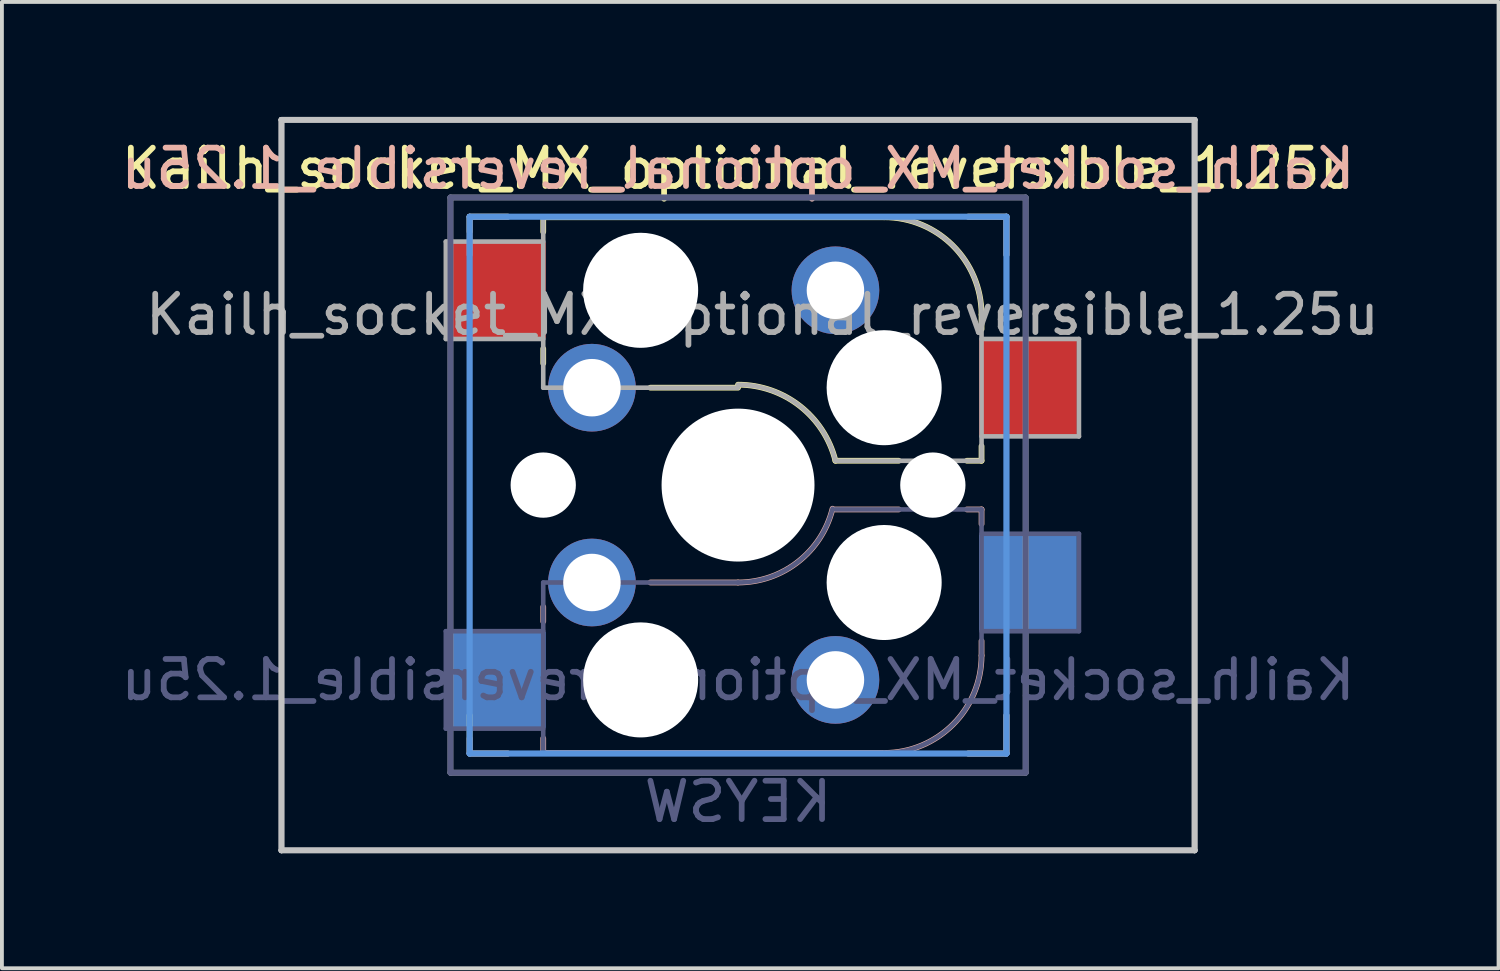
<source format=kicad_pcb>
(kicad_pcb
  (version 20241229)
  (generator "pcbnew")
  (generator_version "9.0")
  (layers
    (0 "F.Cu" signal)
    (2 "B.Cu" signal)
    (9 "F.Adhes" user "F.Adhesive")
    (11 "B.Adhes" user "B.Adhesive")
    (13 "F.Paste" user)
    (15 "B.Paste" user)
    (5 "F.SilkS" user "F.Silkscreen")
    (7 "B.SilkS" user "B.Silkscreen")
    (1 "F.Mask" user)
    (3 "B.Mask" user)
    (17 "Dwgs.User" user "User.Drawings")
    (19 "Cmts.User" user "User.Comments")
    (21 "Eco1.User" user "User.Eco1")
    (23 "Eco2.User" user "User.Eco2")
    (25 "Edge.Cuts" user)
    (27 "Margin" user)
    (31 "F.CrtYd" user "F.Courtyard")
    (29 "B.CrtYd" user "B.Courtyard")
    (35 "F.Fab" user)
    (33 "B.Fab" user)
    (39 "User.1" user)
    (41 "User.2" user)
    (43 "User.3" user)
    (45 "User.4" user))
  (footprint "Kailh_socket_MX_optional_reversible_1.25u"
    (layer "F.Cu")
    (at 16.196 9.6)
    (property "Reference" "Kailh_socket_MX_optional_reversible_1.25u" (at 0 -8.255 0) (layer "F.SilkS") (effects (font (size 1 1) (thickness 0.15))))
    (property "Value" "KEYSW" (at 0 8.255 0) (layer "F.Fab") (hide yes) (effects (font (size 1 1) (thickness 0.15))))
    (attr smd)
    (fp_line (start -7 -7) (end -6 -7) (stroke (width 0.15) (type solid)) (layer "F.SilkS"))
    (fp_line (start -7 -6.604) (end -7 -7) (stroke (width 0.15) (type solid)) (layer "F.SilkS"))
    (fp_line (start -7 7) (end -7 6) (stroke (width 0.15) (type solid)) (layer "F.SilkS"))
    (fp_line (start -6 7) (end -7 7) (stroke (width 0.15) (type solid)) (layer "F.SilkS"))
    (fp_line (start -5.08 -6.985) (end -5.08 -6.604) (stroke (width 0.15) (type solid)) (layer "F.SilkS"))
    (fp_line (start -5.08 -3.556) (end -5.08 -3.175) (stroke (width 0.15) (type solid)) (layer "F.SilkS"))
    (fp_line (start -2.286 -2.54) (end 0 -2.54) (stroke (width 0.15) (type solid)) (layer "F.SilkS"))
    (fp_line (start 2.54 -0.635) (end 4.191 -0.635) (stroke (width 0.15) (type solid)) (layer "F.SilkS"))
    (fp_line (start 3.81 -6.985) (end -5.08 -6.985) (stroke (width 0.15) (type solid)) (layer "F.SilkS"))
    (fp_line (start 5.969 -0.635) (end 6.35 -0.635) (stroke (width 0.15) (type solid)) (layer "F.SilkS"))
    (fp_line (start 6 -7) (end 7 -7) (stroke (width 0.15) (type solid)) (layer "F.SilkS"))
    (fp_line (start 6.35 -4.445) (end 6.35 -4.064) (stroke (width 0.15) (type solid)) (layer "F.SilkS"))
    (fp_line (start 6.35 -0.635) (end 6.35 -1.016) (stroke (width 0.15) (type solid)) (layer "F.SilkS"))
    (fp_line (start 7 -7) (end 7 -6) (stroke (width 0.15) (type solid)) (layer "F.SilkS"))
    (fp_line (start 7 6) (end 7 7) (stroke (width 0.15) (type solid)) (layer "F.SilkS"))
    (fp_line (start 7 7) (end 6 7) (stroke (width 0.15) (type solid)) (layer "F.SilkS"))
    (fp_arc (start 0.000001 -2.618171) (mid 1.611255 -2.063656) (end 2.539999 -0.634999) (stroke (width 0.15) (type solid)) (layer "F.SilkS"))
    (fp_arc (start 3.81 -6.985) (mid 5.606051 -6.241051) (end 6.35 -4.445) (stroke (width 0.15) (type solid)) (layer "F.SilkS"))
    (fp_line (start -7 -7) (end -6 -7) (stroke (width 0.15) (type solid)) (layer "B.SilkS"))
    (fp_line (start -7 -6) (end -7 -7) (stroke (width 0.15) (type solid)) (layer "B.SilkS"))
    (fp_line (start -7 7) (end -7 6.604) (stroke (width 0.15) (type solid)) (layer "B.SilkS"))
    (fp_line (start -6 7) (end -7 7) (stroke (width 0.15) (type solid)) (layer "B.SilkS"))
    (fp_line (start -5.08 3.175) (end -5.08 3.556) (stroke (width 0.15) (type solid)) (layer "B.SilkS"))
    (fp_line (start -5.08 6.604) (end -5.08 6.985) (stroke (width 0.15) (type solid)) (layer "B.SilkS"))
    (fp_line (start -5.08 6.985) (end 3.81 6.985) (stroke (width 0.15) (type solid)) (layer "B.SilkS"))
    (fp_line (start 0 2.54) (end -2.286 2.54) (stroke (width 0.15) (type solid)) (layer "B.SilkS"))
    (fp_line (start 4.191 0.635) (end 2.54 0.635) (stroke (width 0.15) (type solid)) (layer "B.SilkS"))
    (fp_line (start 6 -7) (end 7 -7) (stroke (width 0.15) (type solid)) (layer "B.SilkS"))
    (fp_line (start 6.35 0.635) (end 5.969 0.635) (stroke (width 0.15) (type solid)) (layer "B.SilkS"))
    (fp_line (start 6.35 1.016) (end 6.35 0.635) (stroke (width 0.15) (type solid)) (layer "B.SilkS"))
    (fp_line (start 6.35 4.445) (end 6.35 4.064) (stroke (width 0.15) (type solid)) (layer "B.SilkS"))
    (fp_line (start 7 -7) (end 7 -6) (stroke (width 0.15) (type solid)) (layer "B.SilkS"))
    (fp_line (start 7 6) (end 7 7) (stroke (width 0.15) (type solid)) (layer "B.SilkS"))
    (fp_line (start 7 7) (end 6 7) (stroke (width 0.15) (type solid)) (layer "B.SilkS"))
    (fp_arc (start 2.464162 0.61604) (mid 1.563147 2.002042) (end 0 2.54) (stroke (width 0.15) (type solid)) (layer "B.SilkS"))
    (fp_arc (start 6.35 4.445) (mid 5.606051 6.241051) (end 3.81 6.985) (stroke (width 0.15) (type solid)) (layer "B.SilkS"))
    (fp_line (start -11.906 -9.525) (end -11.906 -9.525) (stroke (width 0.15) (type solid)) (layer "Dwgs.User"))
    (fp_line (start -11.906 -9.525) (end -11.906 -9.525) (stroke (width 0.15) (type solid)) (layer "Dwgs.User"))
    (fp_line (start -11.906 -9.525) (end -11.906 9.525) (stroke (width 0.15) (type solid)) (layer "Dwgs.User"))
    (fp_line (start -11.906 -9.525) (end 11.906 -9.525) (stroke (width 0.15) (type solid)) (layer "Dwgs.User"))
    (fp_line (start -11.906 9.525) (end -11.906 -9.525) (stroke (width 0.15) (type solid)) (layer "Dwgs.User"))
    (fp_line (start -11.906 9.525) (end -11.906 9.525) (stroke (width 0.15) (type solid)) (layer "Dwgs.User"))
    (fp_line (start -11.906 9.525) (end -11.906 9.525) (stroke (width 0.15) (type solid)) (layer "Dwgs.User"))
    (fp_line (start -11.906 9.525) (end 11.906 9.525) (stroke (width 0.15) (type solid)) (layer "Dwgs.User"))
    (fp_line (start 11.906 -9.525) (end -11.906 -9.525) (stroke (width 0.15) (type solid)) (layer "Dwgs.User"))
    (fp_line (start 11.906 -9.525) (end 11.906 -9.525) (stroke (width 0.15) (type solid)) (layer "Dwgs.User"))
    (fp_line (start 11.906 -9.525) (end 11.906 -9.525) (stroke (width 0.15) (type solid)) (layer "Dwgs.User"))
    (fp_line (start 11.906 -9.525) (end 11.906 9.525) (stroke (width 0.15) (type solid)) (layer "Dwgs.User"))
    (fp_line (start 11.906 9.525) (end -11.906 9.525) (stroke (width 0.15) (type solid)) (layer "Dwgs.User"))
    (fp_line (start 11.906 9.525) (end 11.906 -9.525) (stroke (width 0.15) (type solid)) (layer "Dwgs.User"))
    (fp_line (start 11.906 9.525) (end 11.906 9.525) (stroke (width 0.15) (type solid)) (layer "Dwgs.User"))
    (fp_line (start 11.906 9.525) (end 11.906 9.525) (stroke (width 0.15) (type solid)) (layer "Dwgs.User"))
    (fp_line (start -7 -7) (end -7 7) (stroke (width 0.15) (type solid)) (layer "Cmts.User"))
    (fp_line (start -7 -7) (end 7 -7) (stroke (width 0.15) (type solid)) (layer "Cmts.User"))
    (fp_line (start -7 7) (end -7 -7) (stroke (width 0.15) (type solid)) (layer "Cmts.User"))
    (fp_line (start -7 7) (end -7 7) (stroke (width 0.15) (type solid)) (layer "Cmts.User"))
    (fp_line (start -7 7) (end -7 7) (stroke (width 0.15) (type solid)) (layer "Cmts.User"))
    (fp_line (start -7 7) (end 7 7) (stroke (width 0.15) (type solid)) (layer "Cmts.User"))
    (fp_line (start 7 -7) (end -7 -7) (stroke (width 0.15) (type solid)) (layer "Cmts.User"))
    (fp_line (start 7 -7) (end 7 -7) (stroke (width 0.15) (type solid)) (layer "Cmts.User"))
    (fp_line (start 7 -7) (end 7 -7) (stroke (width 0.15) (type solid)) (layer "Cmts.User"))
    (fp_line (start 7 -7) (end 7 7) (stroke (width 0.15) (type solid)) (layer "Cmts.User"))
    (fp_line (start 7 7) (end -7 7) (stroke (width 0.15) (type solid)) (layer "Cmts.User"))
    (fp_line (start 7 7) (end 7 -7) (stroke (width 0.15) (type solid)) (layer "Cmts.User"))
    (fp_line (start 7 7) (end 7 7) (stroke (width 0.15) (type solid)) (layer "Cmts.User"))
    (fp_line (start 7 7) (end 7 7) (stroke (width 0.15) (type solid)) (layer "Cmts.User"))
    (fp_line (start -6.9 6.9) (end -6.9 -6.9) (stroke (width 0.15) (type solid)) (layer "Eco2.User"))
    (fp_line (start -6.9 6.9) (end 6.9 6.9) (stroke (width 0.15) (type solid)) (layer "Eco2.User"))
    (fp_line (start 6.9 -6.9) (end -6.9 -6.9) (stroke (width 0.15) (type solid)) (layer "Eco2.User"))
    (fp_line (start 6.9 -6.9) (end 6.9 6.9) (stroke (width 0.15) (type solid)) (layer "Eco2.User"))
    (fp_line (start -7.62 3.81) (end -7.62 6.35) (stroke (width 0.12) (type solid)) (layer "B.Fab"))
    (fp_line (start -7.62 6.35) (end -5.08 6.35) (stroke (width 0.12) (type solid)) (layer "B.Fab"))
    (fp_line (start -7.5 -7.5) (end 7.5 -7.5) (stroke (width 0.15) (type solid)) (layer "B.Fab"))
    (fp_line (start -7.5 7.5) (end -7.5 -7.5) (stroke (width 0.15) (type solid)) (layer "B.Fab"))
    (fp_line (start -5.08 2.54) (end -5.08 6.985) (stroke (width 0.12) (type solid)) (layer "B.Fab"))
    (fp_line (start -5.08 3.81) (end -7.62 3.81) (stroke (width 0.12) (type solid)) (layer "B.Fab"))
    (fp_line (start -5.08 6.985) (end 3.81 6.985) (stroke (width 0.12) (type solid)) (layer "B.Fab"))
    (fp_line (start 0 2.54) (end -5.08 2.54) (stroke (width 0.12) (type solid)) (layer "B.Fab"))
    (fp_line (start 6.35 0.635) (end 2.54 0.635) (stroke (width 0.12) (type solid)) (layer "B.Fab"))
    (fp_line (start 6.35 3.81) (end 8.89 3.81) (stroke (width 0.12) (type solid)) (layer "B.Fab"))
    (fp_line (start 6.35 4.445) (end 6.35 0.635) (stroke (width 0.12) (type solid)) (layer "B.Fab"))
    (fp_line (start 7.5 -7.5) (end 7.5 7.5) (stroke (width 0.15) (type solid)) (layer "B.Fab"))
    (fp_line (start 7.5 7.5) (end -7.5 7.5) (stroke (width 0.15) (type solid)) (layer "B.Fab"))
    (fp_line (start 8.89 1.27) (end 6.35 1.27) (stroke (width 0.12) (type solid)) (layer "B.Fab"))
    (fp_line (start 8.89 3.81) (end 8.89 1.27) (stroke (width 0.12) (type solid)) (layer "B.Fab"))
    (fp_arc (start 2.464162 0.61604) (mid 1.563147 2.002042) (end 0 2.54) (stroke (width 0.12) (type solid)) (layer "B.Fab"))
    (fp_arc (start 6.35 4.445) (mid 5.606051 6.241051) (end 3.81 6.985) (stroke (width 0.12) (type solid)) (layer "B.Fab"))
    (fp_line (start -7.62 -6.35) (end -7.62 -3.81) (stroke (width 0.12) (type solid)) (layer "F.Fab"))
    (fp_line (start -7.62 -3.81) (end -5.08 -3.81) (stroke (width 0.12) (type solid)) (layer "F.Fab"))
    (fp_line (start -7.5 -7.5) (end 7.5 -7.5) (stroke (width 0.15) (type solid)) (layer "F.Fab"))
    (fp_line (start -7.5 7.5) (end -7.5 -7.5) (stroke (width 0.15) (type solid)) (layer "F.Fab"))
    (fp_line (start -5.08 -6.985) (end -5.08 -2.54) (stroke (width 0.12) (type solid)) (layer "F.Fab"))
    (fp_line (start -5.08 -6.35) (end -7.62 -6.35) (stroke (width 0.12) (type solid)) (layer "F.Fab"))
    (fp_line (start -5.08 -2.54) (end 0 -2.54) (stroke (width 0.12) (type solid)) (layer "F.Fab"))
    (fp_line (start 2.54 -0.635) (end 6.35 -0.635) (stroke (width 0.12) (type solid)) (layer "F.Fab"))
    (fp_line (start 3.81 -6.985) (end -5.08 -6.985) (stroke (width 0.12) (type solid)) (layer "F.Fab"))
    (fp_line (start 6.35 -1.27) (end 8.89 -1.27) (stroke (width 0.12) (type solid)) (layer "F.Fab"))
    (fp_line (start 6.35 -0.635) (end 6.35 -4.445) (stroke (width 0.12) (type solid)) (layer "F.Fab"))
    (fp_line (start 7.5 -7.5) (end 7.5 7.5) (stroke (width 0.15) (type solid)) (layer "F.Fab"))
    (fp_line (start 7.5 7.5) (end -7.5 7.5) (stroke (width 0.15) (type solid)) (layer "F.Fab"))
    (fp_line (start 8.89 -3.81) (end 6.35 -3.81) (stroke (width 0.12) (type solid)) (layer "F.Fab"))
    (fp_line (start 8.89 -1.27) (end 8.89 -3.81) (stroke (width 0.12) (type solid)) (layer "F.Fab"))
    (fp_arc (start 0.000001 -2.618171) (mid 1.611255 -2.063656) (end 2.539999 -0.634999) (stroke (width 0.12) (type solid)) (layer "F.Fab"))
    (fp_arc (start 3.81 -6.985) (mid 5.606051 -6.241051) (end 6.35 -4.445) (stroke (width 0.12) (type solid)) (layer "F.Fab"))
    (fp_poly (pts (xy 7.144 7.144) (xy -7.144 7.144) (xy -7.144 -7.144) (xy 7.144 -7.144)) (stroke (width 0.12) (type solid)) (fill no) (layer "User.2"))
    (fp_poly (pts (xy 2.381 8.334) (xy -2.381 8.334) (xy -2.381 -8.334) (xy 2.381 -8.334)) (stroke (width 0.12) (type solid)) (fill no) (layer "User.3"))
    (fp_text user "${REFERENCE}" (at 0 -8.255 0) (layer "B.SilkS") (effects (font (size 1 1) (thickness 0.15)) (justify mirror)))
    (fp_text user "${VALUE}" (at 0 8.255 0) (layer "B.Fab") (effects (font (size 1 1) (thickness 0.15)) (justify mirror)))
    (fp_text user "${REFERENCE}" (at 0 5.08 0) (layer "B.Fab") (effects (font (size 1 1) (thickness 0.15)) (justify mirror)))
    (fp_text user "${REFERENCE}" (at 0.635 -4.445 0) (layer "F.Fab") (effects (font (size 1 1) (thickness 0.15))))
    (pad "" np_thru_hole circle (at -5.08 0) (size 1.702 1.702) (drill 1.702) (layers "*.Cu" "*.Mask"))
    (pad "" np_thru_hole circle (at -2.54 -5.08) (size 3 3) (drill 3) (layers "*.Cu" "*.Mask"))
    (pad "" np_thru_hole circle (at -2.54 5.08) (size 3 3) (drill 3) (layers "*.Cu" "*.Mask"))
    (pad "" np_thru_hole circle (at 0 0) (size 3.988 3.988) (drill 3.988) (layers "*.Cu" "*.Mask"))
    (pad "" np_thru_hole circle (at 3.81 -2.54) (size 3 3) (drill 3) (layers "*.Cu" "*.Mask"))
    (pad "" np_thru_hole circle (at 3.81 2.54) (size 3 3) (drill 3) (layers "*.Cu" "*.Mask"))
    (pad "" np_thru_hole circle (at 5.08 0) (size 1.702 1.702) (drill 1.702) (layers "*.Cu" "*.Mask"))
    (pad "1" smd rect (at -6.29 -5.08) (size 2.55 2.5) (layers "F.Cu" "F.Mask" "F.Paste"))
    (pad "1" smd rect (at -6.29 5.08) (size 2.55 2.5) (layers "B.Cu" "B.Mask" "B.Paste"))
    (pad "1" thru_hole circle (at -3.81 -2.54) (size 2.286 2.286) (drill 1.499) (layers "*.Cu" "*.Mask"))
    (pad "1" thru_hole circle (at -3.81 2.54) (size 2.286 2.286) (drill 1.499) (layers "*.Cu" "*.Mask"))
    (pad "2" thru_hole circle (at 2.54 -5.08) (size 2.286 2.286) (drill 1.499) (layers "*.Cu" "*.Mask"))
    (pad "2" thru_hole circle (at 2.54 5.08) (size 2.286 2.286) (drill 1.499) (layers "*.Cu" "*.Mask"))
    (pad "2" smd rect (at 7.56 -2.54) (size 2.55 2.5) (layers "F.Cu" "F.Mask" "F.Paste"))
    (pad "2" smd rect (at 7.56 2.54) (size 2.55 2.5) (layers "B.Cu" "B.Mask" "B.Paste")))
  (gr_rect
    (start -3 -3)
    (end 36.028 22.2)
    (stroke (width 0.1) (type default))
    (fill no)
    (layer "Edge.Cuts")))
</source>
